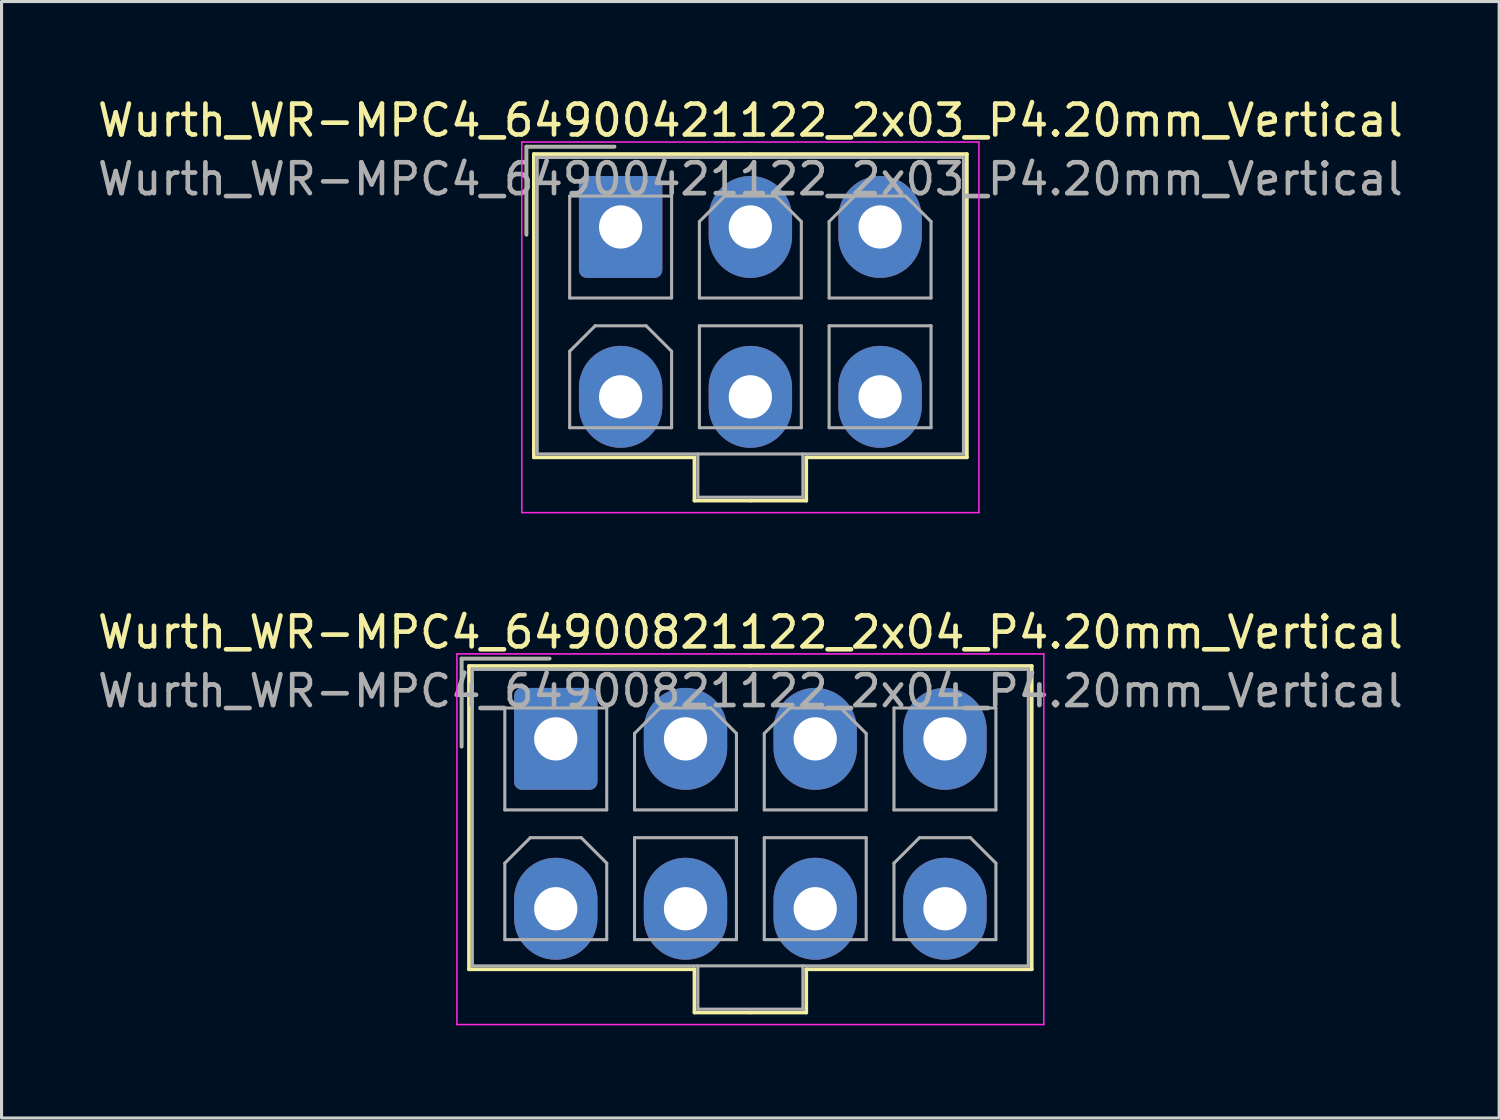
<source format=kicad_pcb>
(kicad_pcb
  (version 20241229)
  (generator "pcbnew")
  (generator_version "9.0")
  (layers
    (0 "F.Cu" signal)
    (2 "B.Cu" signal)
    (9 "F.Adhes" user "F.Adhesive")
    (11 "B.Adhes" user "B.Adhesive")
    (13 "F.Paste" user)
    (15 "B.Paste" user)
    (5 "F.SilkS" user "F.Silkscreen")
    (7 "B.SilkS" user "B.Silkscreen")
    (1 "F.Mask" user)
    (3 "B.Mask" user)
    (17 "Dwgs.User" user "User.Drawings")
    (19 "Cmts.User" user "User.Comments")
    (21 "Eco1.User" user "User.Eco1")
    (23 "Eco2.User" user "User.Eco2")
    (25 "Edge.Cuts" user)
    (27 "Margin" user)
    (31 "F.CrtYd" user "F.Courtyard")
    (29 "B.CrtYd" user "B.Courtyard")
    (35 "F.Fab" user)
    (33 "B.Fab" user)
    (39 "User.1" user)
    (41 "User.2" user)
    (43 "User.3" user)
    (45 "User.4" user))
  (footprint "Wurth_WR-MPC4_64900821122_2x04_P4.20mm_Vertical"
    (layer "F.Cu")
    (at 14.944 20.872)
    (property "Reference" "Wurth_WR-MPC4_64900821122_2x04_P4.20mm_Vertical" (at 6.3 -3.45 0) (layer "F.SilkS") (effects (font (size 1 1) (thickness 0.15))))
    (attr through_hole)
    (fp_line (start -3.05 -2.6) (end -3.05 0.25) (stroke (width 0.12) (type solid)) (layer "F.SilkS"))
    (fp_line (start -2.81 -2.36) (end -2.81 7.46) (stroke (width 0.12) (type solid)) (layer "F.SilkS"))
    (fp_line (start -2.81 7.46) (end 4.49 7.46) (stroke (width 0.12) (type solid)) (layer "F.SilkS"))
    (fp_line (start -0.2 -2.6) (end -3.05 -2.6) (stroke (width 0.12) (type solid)) (layer "F.SilkS"))
    (fp_line (start 4.49 7.46) (end 4.49 8.86) (stroke (width 0.12) (type solid)) (layer "F.SilkS"))
    (fp_line (start 4.49 8.86) (end 6.3 8.86) (stroke (width 0.12) (type solid)) (layer "F.SilkS"))
    (fp_line (start 6.3 -2.36) (end -2.81 -2.36) (stroke (width 0.12) (type solid)) (layer "F.SilkS"))
    (fp_line (start 6.3 -2.36) (end 15.41 -2.36) (stroke (width 0.12) (type solid)) (layer "F.SilkS"))
    (fp_line (start 8.11 7.46) (end 8.11 8.86) (stroke (width 0.12) (type solid)) (layer "F.SilkS"))
    (fp_line (start 8.11 8.86) (end 6.3 8.86) (stroke (width 0.12) (type solid)) (layer "F.SilkS"))
    (fp_line (start 15.41 -2.36) (end 15.41 7.46) (stroke (width 0.12) (type solid)) (layer "F.SilkS"))
    (fp_line (start 15.41 7.46) (end 8.11 7.46) (stroke (width 0.12) (type solid)) (layer "F.SilkS"))
    (fp_line (start -3.2 -2.75) (end -3.2 9.25) (stroke (width 0.05) (type solid)) (layer "F.CrtYd"))
    (fp_line (start -3.2 9.25) (end 15.8 9.25) (stroke (width 0.05) (type solid)) (layer "F.CrtYd"))
    (fp_line (start 15.8 -2.75) (end -3.2 -2.75) (stroke (width 0.05) (type solid)) (layer "F.CrtYd"))
    (fp_line (start 15.8 9.25) (end 15.8 -2.75) (stroke (width 0.05) (type solid)) (layer "F.CrtYd"))
    (fp_line (start -3.05 -2.6) (end -3.05 0.25) (stroke (width 0.1) (type solid)) (layer "F.Fab"))
    (fp_line (start -2.7 -2.25) (end -2.7 7.35) (stroke (width 0.1) (type solid)) (layer "F.Fab"))
    (fp_line (start -2.7 7.35) (end 15.3 7.35) (stroke (width 0.1) (type solid)) (layer "F.Fab"))
    (fp_line (start -1.65 -1) (end -1.65 2.3) (stroke (width 0.1) (type solid)) (layer "F.Fab"))
    (fp_line (start -1.65 2.3) (end 1.65 2.3) (stroke (width 0.1) (type solid)) (layer "F.Fab"))
    (fp_line (start -1.65 4.025) (end -0.825 3.2) (stroke (width 0.1) (type solid)) (layer "F.Fab"))
    (fp_line (start -1.65 6.5) (end -1.65 4.025) (stroke (width 0.1) (type solid)) (layer "F.Fab"))
    (fp_line (start -0.825 3.2) (end 0.825 3.2) (stroke (width 0.1) (type solid)) (layer "F.Fab"))
    (fp_line (start -0.2 -2.6) (end -3.05 -2.6) (stroke (width 0.1) (type solid)) (layer "F.Fab"))
    (fp_line (start 0.825 3.2) (end 1.65 4.025) (stroke (width 0.1) (type solid)) (layer "F.Fab"))
    (fp_line (start 1.65 -1) (end -1.65 -1) (stroke (width 0.1) (type solid)) (layer "F.Fab"))
    (fp_line (start 1.65 2.3) (end 1.65 -1) (stroke (width 0.1) (type solid)) (layer "F.Fab"))
    (fp_line (start 1.65 4.025) (end 1.65 6.5) (stroke (width 0.1) (type solid)) (layer "F.Fab"))
    (fp_line (start 1.65 6.5) (end -1.65 6.5) (stroke (width 0.1) (type solid)) (layer "F.Fab"))
    (fp_line (start 2.55 -0.175) (end 3.375 -1) (stroke (width 0.1) (type solid)) (layer "F.Fab"))
    (fp_line (start 2.55 2.3) (end 2.55 -0.175) (stroke (width 0.1) (type solid)) (layer "F.Fab"))
    (fp_line (start 2.55 3.2) (end 2.55 6.5) (stroke (width 0.1) (type solid)) (layer "F.Fab"))
    (fp_line (start 2.55 6.5) (end 5.85 6.5) (stroke (width 0.1) (type solid)) (layer "F.Fab"))
    (fp_line (start 3.375 -1) (end 5.025 -1) (stroke (width 0.1) (type solid)) (layer "F.Fab"))
    (fp_line (start 4.6 7.35) (end 4.6 8.75) (stroke (width 0.1) (type solid)) (layer "F.Fab"))
    (fp_line (start 4.6 8.75) (end 8 8.75) (stroke (width 0.1) (type solid)) (layer "F.Fab"))
    (fp_line (start 5.025 -1) (end 5.85 -0.175) (stroke (width 0.1) (type solid)) (layer "F.Fab"))
    (fp_line (start 5.85 -0.175) (end 5.85 2.3) (stroke (width 0.1) (type solid)) (layer "F.Fab"))
    (fp_line (start 5.85 2.3) (end 2.55 2.3) (stroke (width 0.1) (type solid)) (layer "F.Fab"))
    (fp_line (start 5.85 3.2) (end 2.55 3.2) (stroke (width 0.1) (type solid)) (layer "F.Fab"))
    (fp_line (start 5.85 6.5) (end 5.85 3.2) (stroke (width 0.1) (type solid)) (layer "F.Fab"))
    (fp_line (start 6.75 -0.175) (end 7.575 -1) (stroke (width 0.1) (type solid)) (layer "F.Fab"))
    (fp_line (start 6.75 2.3) (end 6.75 -0.175) (stroke (width 0.1) (type solid)) (layer "F.Fab"))
    (fp_line (start 6.75 3.2) (end 6.75 6.5) (stroke (width 0.1) (type solid)) (layer "F.Fab"))
    (fp_line (start 6.75 6.5) (end 10.05 6.5) (stroke (width 0.1) (type solid)) (layer "F.Fab"))
    (fp_line (start 7.575 -1) (end 9.225 -1) (stroke (width 0.1) (type solid)) (layer "F.Fab"))
    (fp_line (start 8 8.75) (end 8 7.35) (stroke (width 0.1) (type solid)) (layer "F.Fab"))
    (fp_line (start 9.225 -1) (end 10.05 -0.175) (stroke (width 0.1) (type solid)) (layer "F.Fab"))
    (fp_line (start 10.05 -0.175) (end 10.05 2.3) (stroke (width 0.1) (type solid)) (layer "F.Fab"))
    (fp_line (start 10.05 2.3) (end 6.75 2.3) (stroke (width 0.1) (type solid)) (layer "F.Fab"))
    (fp_line (start 10.05 3.2) (end 6.75 3.2) (stroke (width 0.1) (type solid)) (layer "F.Fab"))
    (fp_line (start 10.05 6.5) (end 10.05 3.2) (stroke (width 0.1) (type solid)) (layer "F.Fab"))
    (fp_line (start 10.95 -1) (end 10.95 2.3) (stroke (width 0.1) (type solid)) (layer "F.Fab"))
    (fp_line (start 10.95 2.3) (end 14.25 2.3) (stroke (width 0.1) (type solid)) (layer "F.Fab"))
    (fp_line (start 10.95 4.025) (end 11.775 3.2) (stroke (width 0.1) (type solid)) (layer "F.Fab"))
    (fp_line (start 10.95 6.5) (end 10.95 4.025) (stroke (width 0.1) (type solid)) (layer "F.Fab"))
    (fp_line (start 11.775 3.2) (end 13.425 3.2) (stroke (width 0.1) (type solid)) (layer "F.Fab"))
    (fp_line (start 13.425 3.2) (end 14.25 4.025) (stroke (width 0.1) (type solid)) (layer "F.Fab"))
    (fp_line (start 14.25 -1) (end 10.95 -1) (stroke (width 0.1) (type solid)) (layer "F.Fab"))
    (fp_line (start 14.25 2.3) (end 14.25 -1) (stroke (width 0.1) (type solid)) (layer "F.Fab"))
    (fp_line (start 14.25 4.025) (end 14.25 6.5) (stroke (width 0.1) (type solid)) (layer "F.Fab"))
    (fp_line (start 14.25 6.5) (end 10.95 6.5) (stroke (width 0.1) (type solid)) (layer "F.Fab"))
    (fp_line (start 15.3 -2.25) (end -2.7 -2.25) (stroke (width 0.1) (type solid)) (layer "F.Fab"))
    (fp_line (start 15.3 7.35) (end 15.3 -2.25) (stroke (width 0.1) (type solid)) (layer "F.Fab"))
    (fp_text user "${REFERENCE}" (at 6.3 -1.55 0) (layer "F.Fab") (effects (font (size 1 1) (thickness 0.15))))
    (pad "1" thru_hole roundrect (at 0 0) (size 2.7 3.3) (drill 1.4) (layers "*.Cu" "*.Mask") (roundrect_rratio 0.093))
    (pad "2" thru_hole oval (at 4.2 0) (size 2.7 3.3) (drill 1.4) (layers "*.Cu" "*.Mask"))
    (pad "3" thru_hole oval (at 8.4 0) (size 2.7 3.3) (drill 1.4) (layers "*.Cu" "*.Mask"))
    (pad "4" thru_hole oval (at 12.6 0) (size 2.7 3.3) (drill 1.4) (layers "*.Cu" "*.Mask"))
    (pad "5" thru_hole oval (at 0 5.5) (size 2.7 3.3) (drill 1.4) (layers "*.Cu" "*.Mask"))
    (pad "6" thru_hole oval (at 4.2 5.5) (size 2.7 3.3) (drill 1.4) (layers "*.Cu" "*.Mask"))
    (pad "7" thru_hole oval (at 8.4 5.5) (size 2.7 3.3) (drill 1.4) (layers "*.Cu" "*.Mask"))
    (pad "8" thru_hole oval (at 12.6 5.5) (size 2.7 3.3) (drill 1.4) (layers "*.Cu" "*.Mask")))
  (footprint "Wurth_WR-MPC4_64900421122_2x03_P4.20mm_Vertical"
    (layer "F.Cu")
    (at 17.044 4.298)
    (property "Reference" "Wurth_WR-MPC4_64900421122_2x03_P4.20mm_Vertical" (at 4.2 -3.45 0) (layer "F.SilkS") (effects (font (size 1 1) (thickness 0.15))))
    (attr through_hole)
    (fp_line (start -3.05 -2.6) (end -3.05 0.25) (stroke (width 0.12) (type solid)) (layer "F.SilkS"))
    (fp_line (start -2.81 -2.36) (end -2.81 7.46) (stroke (width 0.12) (type solid)) (layer "F.SilkS"))
    (fp_line (start -2.81 7.46) (end 2.39 7.46) (stroke (width 0.12) (type solid)) (layer "F.SilkS"))
    (fp_line (start -0.2 -2.6) (end -3.05 -2.6) (stroke (width 0.12) (type solid)) (layer "F.SilkS"))
    (fp_line (start 2.39 7.46) (end 2.39 8.86) (stroke (width 0.12) (type solid)) (layer "F.SilkS"))
    (fp_line (start 2.39 8.86) (end 4.2 8.86) (stroke (width 0.12) (type solid)) (layer "F.SilkS"))
    (fp_line (start 4.2 -2.36) (end -2.81 -2.36) (stroke (width 0.12) (type solid)) (layer "F.SilkS"))
    (fp_line (start 4.2 -2.36) (end 11.21 -2.36) (stroke (width 0.12) (type solid)) (layer "F.SilkS"))
    (fp_line (start 6.01 7.46) (end 6.01 8.86) (stroke (width 0.12) (type solid)) (layer "F.SilkS"))
    (fp_line (start 6.01 8.86) (end 4.2 8.86) (stroke (width 0.12) (type solid)) (layer "F.SilkS"))
    (fp_line (start 11.21 -2.36) (end 11.21 7.46) (stroke (width 0.12) (type solid)) (layer "F.SilkS"))
    (fp_line (start 11.21 7.46) (end 6.01 7.46) (stroke (width 0.12) (type solid)) (layer "F.SilkS"))
    (fp_line (start -3.2 -2.75) (end -3.2 9.25) (stroke (width 0.05) (type solid)) (layer "F.CrtYd"))
    (fp_line (start -3.2 9.25) (end 11.6 9.25) (stroke (width 0.05) (type solid)) (layer "F.CrtYd"))
    (fp_line (start 11.6 -2.75) (end -3.2 -2.75) (stroke (width 0.05) (type solid)) (layer "F.CrtYd"))
    (fp_line (start 11.6 9.25) (end 11.6 -2.75) (stroke (width 0.05) (type solid)) (layer "F.CrtYd"))
    (fp_line (start -3.05 -2.6) (end -3.05 0.25) (stroke (width 0.1) (type solid)) (layer "F.Fab"))
    (fp_line (start -2.7 -2.25) (end -2.7 7.35) (stroke (width 0.1) (type solid)) (layer "F.Fab"))
    (fp_line (start -2.7 7.35) (end 11.1 7.35) (stroke (width 0.1) (type solid)) (layer "F.Fab"))
    (fp_line (start -1.65 -1) (end -1.65 2.3) (stroke (width 0.1) (type solid)) (layer "F.Fab"))
    (fp_line (start -1.65 2.3) (end 1.65 2.3) (stroke (width 0.1) (type solid)) (layer "F.Fab"))
    (fp_line (start -1.65 4.025) (end -0.825 3.2) (stroke (width 0.1) (type solid)) (layer "F.Fab"))
    (fp_line (start -1.65 6.5) (end -1.65 4.025) (stroke (width 0.1) (type solid)) (layer "F.Fab"))
    (fp_line (start -0.825 3.2) (end 0.825 3.2) (stroke (width 0.1) (type solid)) (layer "F.Fab"))
    (fp_line (start -0.2 -2.6) (end -3.05 -2.6) (stroke (width 0.1) (type solid)) (layer "F.Fab"))
    (fp_line (start 0.825 3.2) (end 1.65 4.025) (stroke (width 0.1) (type solid)) (layer "F.Fab"))
    (fp_line (start 1.65 -1) (end -1.65 -1) (stroke (width 0.1) (type solid)) (layer "F.Fab"))
    (fp_line (start 1.65 2.3) (end 1.65 -1) (stroke (width 0.1) (type solid)) (layer "F.Fab"))
    (fp_line (start 1.65 4.025) (end 1.65 6.5) (stroke (width 0.1) (type solid)) (layer "F.Fab"))
    (fp_line (start 1.65 6.5) (end -1.65 6.5) (stroke (width 0.1) (type solid)) (layer "F.Fab"))
    (fp_line (start 2.5 7.35) (end 2.5 8.75) (stroke (width 0.1) (type solid)) (layer "F.Fab"))
    (fp_line (start 2.5 8.75) (end 5.9 8.75) (stroke (width 0.1) (type solid)) (layer "F.Fab"))
    (fp_line (start 2.55 -0.175) (end 3.375 -1) (stroke (width 0.1) (type solid)) (layer "F.Fab"))
    (fp_line (start 2.55 2.3) (end 2.55 -0.175) (stroke (width 0.1) (type solid)) (layer "F.Fab"))
    (fp_line (start 2.55 3.2) (end 2.55 6.5) (stroke (width 0.1) (type solid)) (layer "F.Fab"))
    (fp_line (start 2.55 6.5) (end 5.85 6.5) (stroke (width 0.1) (type solid)) (layer "F.Fab"))
    (fp_line (start 3.375 -1) (end 5.025 -1) (stroke (width 0.1) (type solid)) (layer "F.Fab"))
    (fp_line (start 5.025 -1) (end 5.85 -0.175) (stroke (width 0.1) (type solid)) (layer "F.Fab"))
    (fp_line (start 5.85 -0.175) (end 5.85 2.3) (stroke (width 0.1) (type solid)) (layer "F.Fab"))
    (fp_line (start 5.85 2.3) (end 2.55 2.3) (stroke (width 0.1) (type solid)) (layer "F.Fab"))
    (fp_line (start 5.85 3.2) (end 2.55 3.2) (stroke (width 0.1) (type solid)) (layer "F.Fab"))
    (fp_line (start 5.85 6.5) (end 5.85 3.2) (stroke (width 0.1) (type solid)) (layer "F.Fab"))
    (fp_line (start 5.9 8.75) (end 5.9 7.35) (stroke (width 0.1) (type solid)) (layer "F.Fab"))
    (fp_line (start 6.75 -0.175) (end 7.575 -1) (stroke (width 0.1) (type solid)) (layer "F.Fab"))
    (fp_line (start 6.75 2.3) (end 6.75 -0.175) (stroke (width 0.1) (type solid)) (layer "F.Fab"))
    (fp_line (start 6.75 3.2) (end 6.75 6.5) (stroke (width 0.1) (type solid)) (layer "F.Fab"))
    (fp_line (start 6.75 6.5) (end 10.05 6.5) (stroke (width 0.1) (type solid)) (layer "F.Fab"))
    (fp_line (start 7.575 -1) (end 9.225 -1) (stroke (width 0.1) (type solid)) (layer "F.Fab"))
    (fp_line (start 9.225 -1) (end 10.05 -0.175) (stroke (width 0.1) (type solid)) (layer "F.Fab"))
    (fp_line (start 10.05 -0.175) (end 10.05 2.3) (stroke (width 0.1) (type solid)) (layer "F.Fab"))
    (fp_line (start 10.05 2.3) (end 6.75 2.3) (stroke (width 0.1) (type solid)) (layer "F.Fab"))
    (fp_line (start 10.05 3.2) (end 6.75 3.2) (stroke (width 0.1) (type solid)) (layer "F.Fab"))
    (fp_line (start 10.05 6.5) (end 10.05 3.2) (stroke (width 0.1) (type solid)) (layer "F.Fab"))
    (fp_line (start 11.1 -2.25) (end -2.7 -2.25) (stroke (width 0.1) (type solid)) (layer "F.Fab"))
    (fp_line (start 11.1 7.35) (end 11.1 -2.25) (stroke (width 0.1) (type solid)) (layer "F.Fab"))
    (fp_text user "${REFERENCE}" (at 4.2 -1.55 0) (layer "F.Fab") (effects (font (size 1 1) (thickness 0.15))))
    (pad "1" thru_hole roundrect (at 0 0) (size 2.7 3.3) (drill 1.4) (layers "*.Cu" "*.Mask") (roundrect_rratio 0.093))
    (pad "2" thru_hole oval (at 4.2 0) (size 2.7 3.3) (drill 1.4) (layers "*.Cu" "*.Mask"))
    (pad "3" thru_hole oval (at 8.4 0) (size 2.7 3.3) (drill 1.4) (layers "*.Cu" "*.Mask"))
    (pad "4" thru_hole oval (at 0 5.5) (size 2.7 3.3) (drill 1.4) (layers "*.Cu" "*.Mask"))
    (pad "5" thru_hole oval (at 4.2 5.5) (size 2.7 3.3) (drill 1.4) (layers "*.Cu" "*.Mask"))
    (pad "6" thru_hole oval (at 8.4 5.5) (size 2.7 3.3) (drill 1.4) (layers "*.Cu" "*.Mask")))
  (gr_rect
    (start -3 -3)
    (end 45.488 33.147)
    (stroke (width 0.1) (type default))
    (fill no)
    (layer "Edge.Cuts")))
</source>
